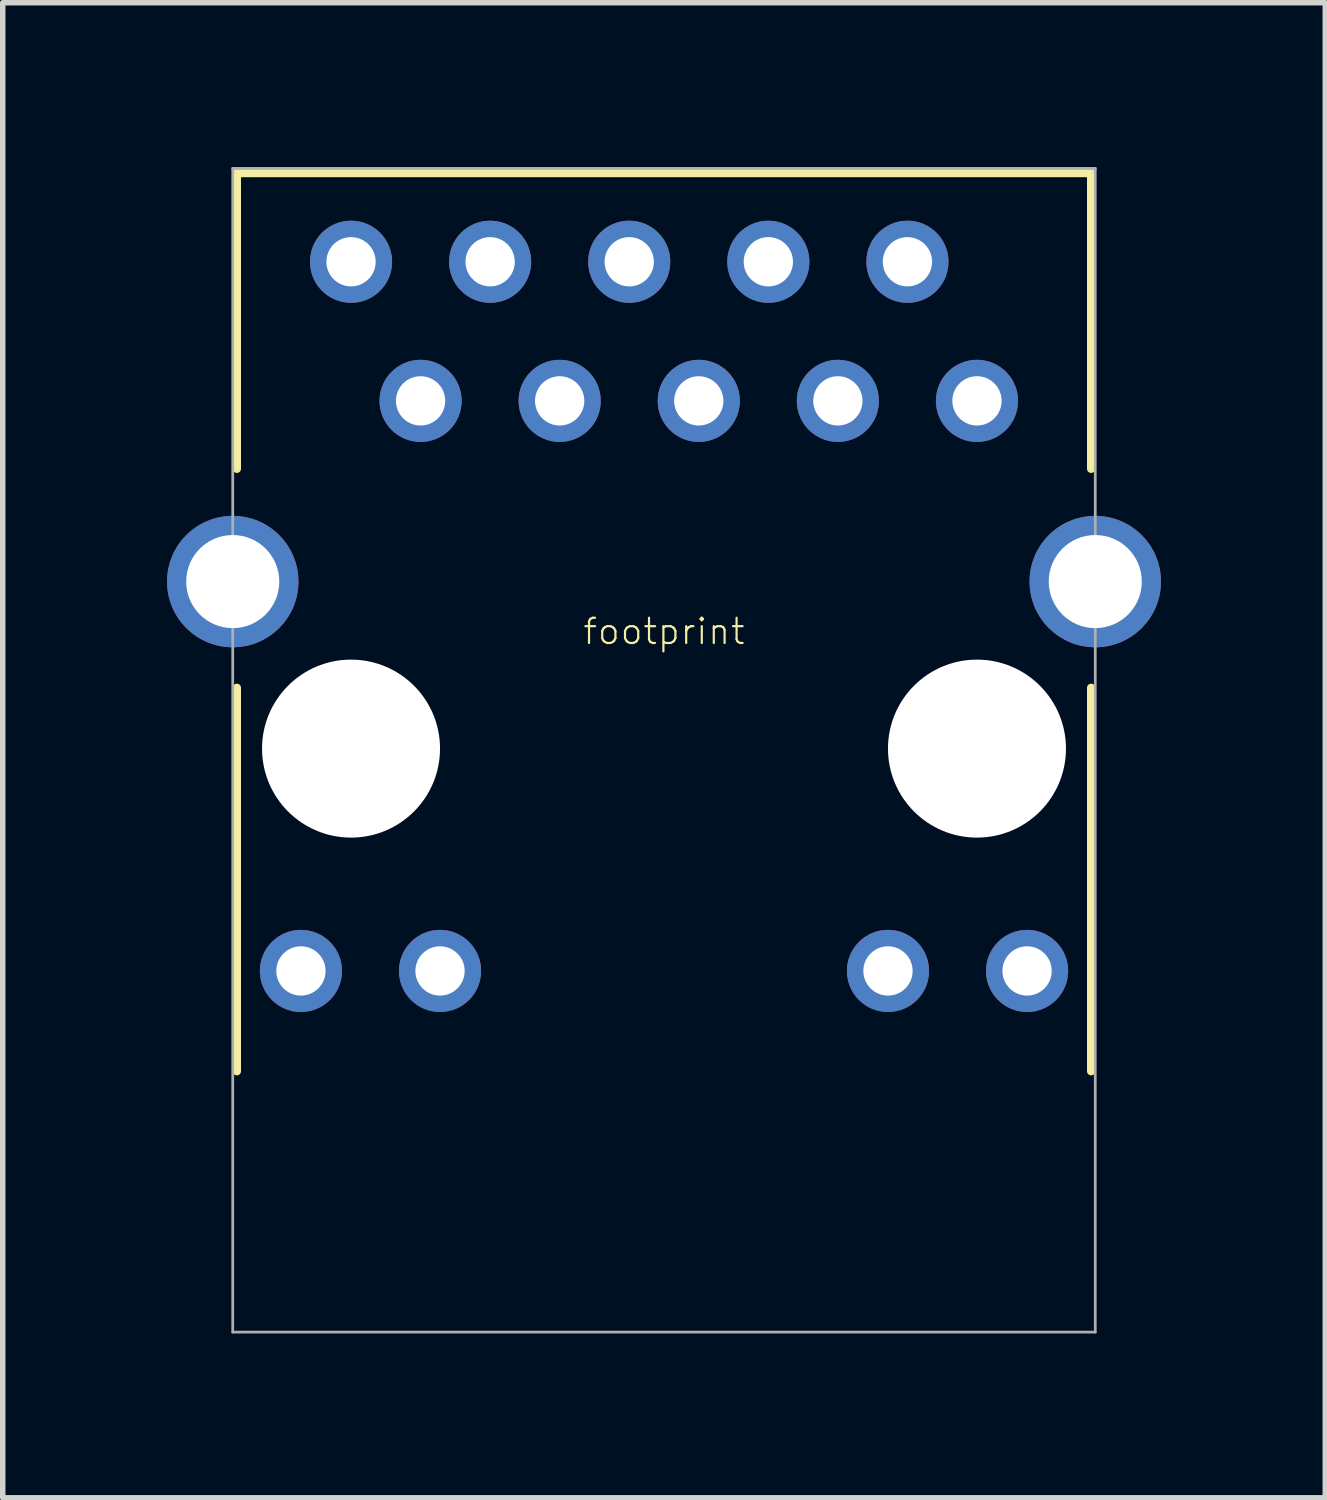
<source format=kicad_pcb>
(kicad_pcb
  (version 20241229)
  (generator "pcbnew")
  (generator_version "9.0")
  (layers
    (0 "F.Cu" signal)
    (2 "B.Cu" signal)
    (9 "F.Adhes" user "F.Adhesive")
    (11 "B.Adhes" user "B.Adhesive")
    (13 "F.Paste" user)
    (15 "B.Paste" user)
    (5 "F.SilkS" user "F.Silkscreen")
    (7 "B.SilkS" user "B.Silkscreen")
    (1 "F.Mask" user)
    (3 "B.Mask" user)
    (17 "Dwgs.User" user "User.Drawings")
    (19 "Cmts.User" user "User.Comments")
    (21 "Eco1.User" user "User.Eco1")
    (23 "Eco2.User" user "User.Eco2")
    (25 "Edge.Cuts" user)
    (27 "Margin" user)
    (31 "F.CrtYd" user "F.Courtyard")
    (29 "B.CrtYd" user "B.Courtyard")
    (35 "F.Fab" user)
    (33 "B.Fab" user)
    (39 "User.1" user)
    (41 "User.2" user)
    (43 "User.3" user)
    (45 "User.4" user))
  (footprint "footprint"
    (layer "F.Cu")
    (at 9.075 10.62)
    (property "Reference" "footprint" (at 0 -2.14 0) (layer "F.SilkS") (effects (font (size 0.46 0.46) (thickness 0.04))))
    (fp_line (start -7.8 -10.51) (end 7.8 -10.51) (stroke (width 0.152) (type solid)) (layer "F.SilkS"))
    (fp_line (start -7.8 -5.11) (end -7.8 -10.51) (stroke (width 0.152) (type solid)) (layer "F.SilkS"))
    (fp_line (start -7.8 -1.11) (end -7.8 5.89) (stroke (width 0.152) (type solid)) (layer "F.SilkS"))
    (fp_line (start 7.8 -10.51) (end 7.8 -5.11) (stroke (width 0.152) (type solid)) (layer "F.SilkS"))
    (fp_line (start 7.8 -1.11) (end 7.8 5.89) (stroke (width 0.152) (type solid)) (layer "F.SilkS"))
    (fp_line (start -7.875 -10.595) (end 7.875 -10.595) (stroke (width 0.05) (type solid)) (layer "F.Fab"))
    (fp_line (start -7.875 10.655) (end -7.875 -10.595) (stroke (width 0.05) (type solid)) (layer "F.Fab"))
    (fp_line (start 7.875 -10.595) (end 7.875 10.655) (stroke (width 0.05) (type solid)) (layer "F.Fab"))
    (fp_line (start 7.875 10.655) (end -7.875 10.655) (stroke (width 0.05) (type solid)) (layer "F.Fab"))
    (pad "" np_thru_hole circle (at -5.715 0) (size 3.25 3.25) (drill 3.25) (layers "*.Cu" "*.Mask"))
    (pad "" np_thru_hole circle (at 5.715 0) (size 3.25 3.25) (drill 3.25) (layers "*.Cu" "*.Mask"))
    (pad "1" thru_hole circle (at -5.715 -8.89) (size 1.5 1.5) (drill 0.9) (layers "*.Cu" "*.Mask"))
    (pad "2" thru_hole circle (at -4.445 -6.35) (size 1.5 1.5) (drill 0.9) (layers "*.Cu" "*.Mask"))
    (pad "3" thru_hole circle (at -3.175 -8.89) (size 1.5 1.5) (drill 0.9) (layers "*.Cu" "*.Mask"))
    (pad "4" thru_hole circle (at -1.905 -6.35) (size 1.5 1.5) (drill 0.9) (layers "*.Cu" "*.Mask"))
    (pad "5" thru_hole circle (at -0.635 -8.89) (size 1.5 1.5) (drill 0.9) (layers "*.Cu" "*.Mask"))
    (pad "6" thru_hole circle (at 0.635 -6.35) (size 1.5 1.5) (drill 0.9) (layers "*.Cu" "*.Mask"))
    (pad "7" thru_hole circle (at 1.905 -8.89) (size 1.5 1.5) (drill 0.9) (layers "*.Cu" "*.Mask"))
    (pad "8" thru_hole circle (at 3.175 -6.35) (size 1.5 1.5) (drill 0.9) (layers "*.Cu" "*.Mask"))
    (pad "9" thru_hole circle (at 4.445 -8.89) (size 1.5 1.5) (drill 0.9) (layers "*.Cu" "*.Mask"))
    (pad "10" thru_hole circle (at 5.715 -6.35) (size 1.5 1.5) (drill 0.9) (layers "*.Cu" "*.Mask"))
    (pad "11" thru_hole circle (at -6.63 4.06) (size 1.5 1.5) (drill 0.9) (layers "*.Cu" "*.Mask"))
    (pad "12" thru_hole circle (at -4.09 4.06) (size 1.5 1.5) (drill 0.9) (layers "*.Cu" "*.Mask"))
    (pad "13" thru_hole circle (at 4.09 4.06) (size 1.5 1.5) (drill 0.9) (layers "*.Cu" "*.Mask"))
    (pad "14" thru_hole circle (at 6.63 4.06) (size 1.5 1.5) (drill 0.9) (layers "*.Cu" "*.Mask"))
    (pad "S1" thru_hole circle (at -7.875 -3.05) (size 2.4 2.4) (drill 1.7) (layers "*.Cu" "*.Mask"))
    (pad "S2" thru_hole circle (at 7.875 -3.05) (size 2.4 2.4) (drill 1.7) (layers "*.Cu" "*.Mask")))
  (gr_rect
    (start -3 -3)
    (end 21.15 24.3)
    (stroke (width 0.1) (type default))
    (fill no)
    (layer "Edge.Cuts")))
</source>
